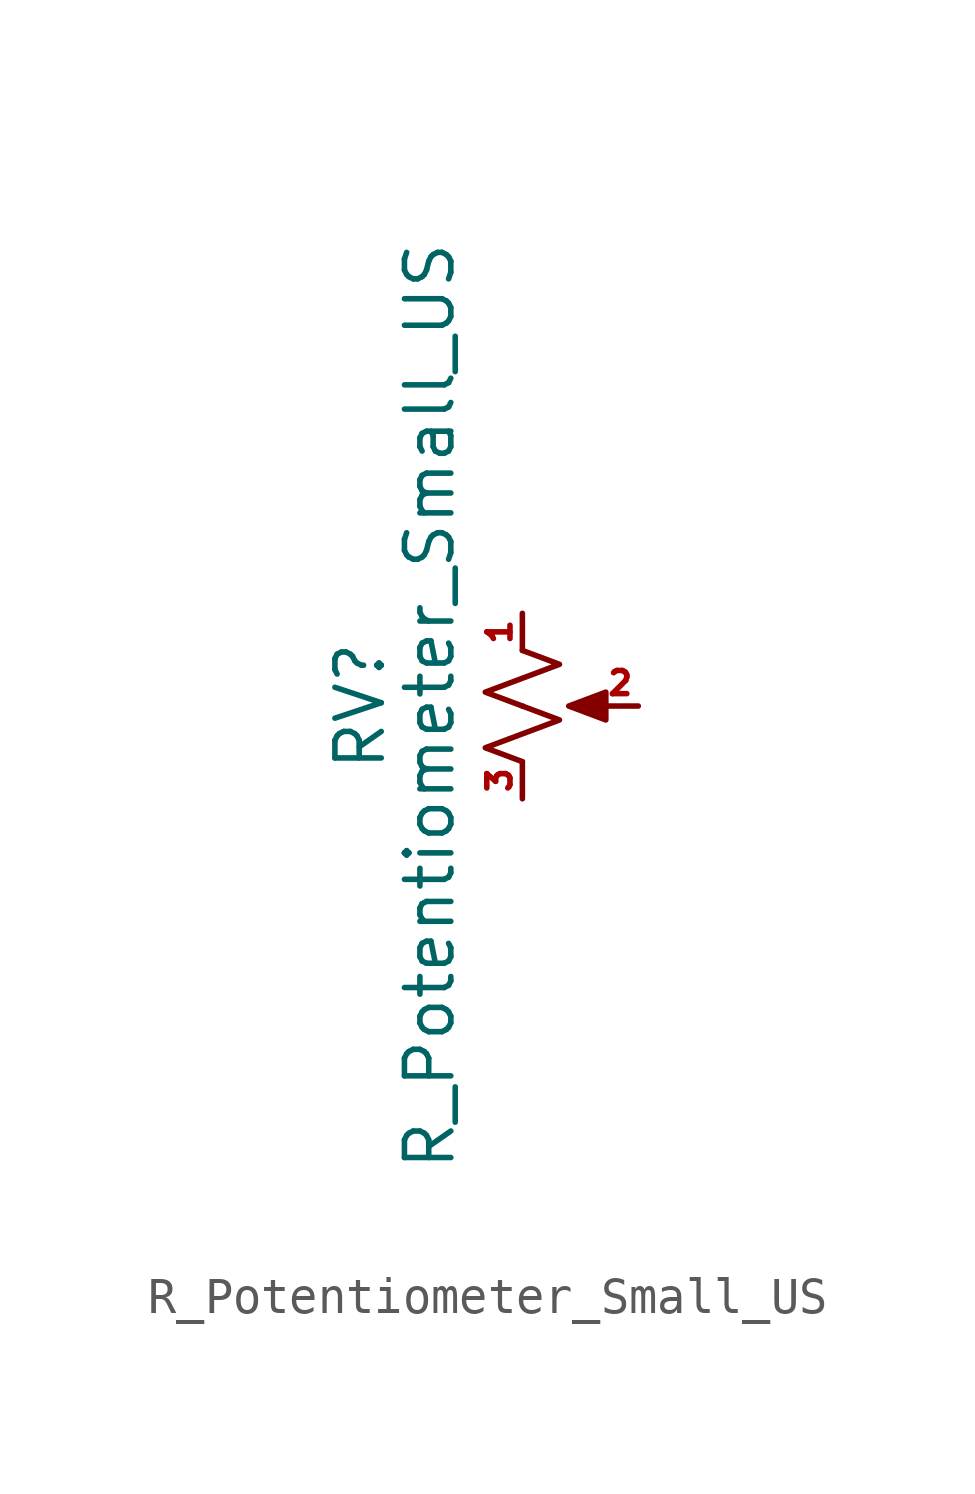
<source format=kicad_sym>
(kicad_symbol_lib
  (version 20220914)
  (generator kicad_symbol_editor)
  (symbol "R_Potentiometer_Small_US"
    (pin_names
      (offset 1.016) hide)
    (property "Reference" "RV"
      (at -4.445 0 90)
      (effects (font (size 1.27 1.27))))
    (property "Value" "R_Potentiometer_Small_US"
      (at -2.54 0 90)
      (effects (font (size 1.27 1.27))))
    (symbol "R_Potentiometer_Small_US_0_1"
      (polyline (pts (xy 1.524 0) (xy 1.27 0) (xy 2.286 0.381) (xy 2.286 -0.381) (xy 1.27 0) (xy 1.524 0)) (stroke (width 0) (type default)) (fill (type outline))))
    (symbol "R_Potentiometer_Small_US_1_1"
      (polyline (pts (xy 0 0) (xy 1.016 -0.381) (xy 0 -0.762) (xy -1.016 -1.143) (xy 0 -1.524)) (stroke (width 0) (type default)) (fill (type none)))
      (polyline (pts (xy 0 1.524) (xy 1.016 1.143) (xy 0 0.762) (xy -1.016 0.381) (xy 0 0)) (stroke (width 0) (type default)) (fill (type none)))
      (pin passive line (at 0 2.54 270) (length 1.016) (name "~" (effects (font (size 0.635 0.635)))) (number "1" (effects (font (size 0.635 0.635)))))
      (pin passive line (at 3.175 0 180) (length 0.991) (name "2" (effects (font (size 0.635 0.635)))) (number "2" (effects (font (size 0.635 0.635)))))
      (pin passive line (at 0 -2.54 90) (length 1.016) (name "~" (effects (font (size 0.635 0.635)))) (number "3" (effects (font (size 0.635 0.635))))))))
</source>
